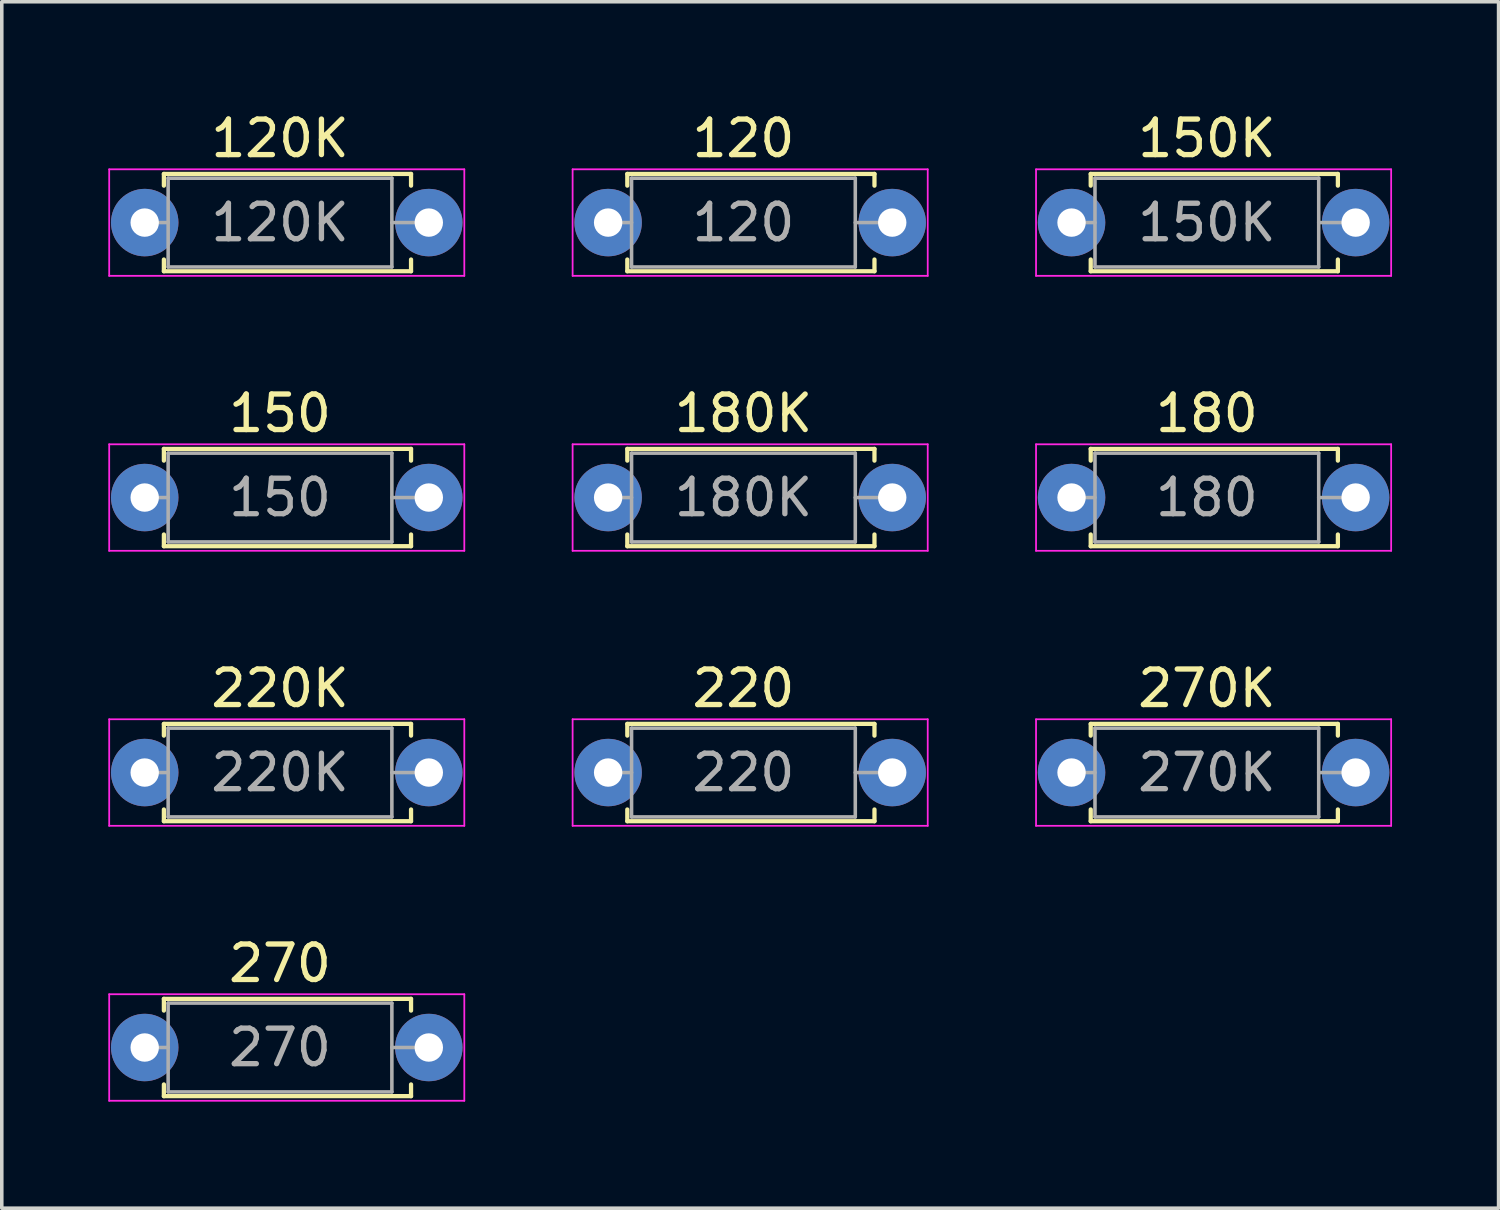
<source format=kicad_pcb>
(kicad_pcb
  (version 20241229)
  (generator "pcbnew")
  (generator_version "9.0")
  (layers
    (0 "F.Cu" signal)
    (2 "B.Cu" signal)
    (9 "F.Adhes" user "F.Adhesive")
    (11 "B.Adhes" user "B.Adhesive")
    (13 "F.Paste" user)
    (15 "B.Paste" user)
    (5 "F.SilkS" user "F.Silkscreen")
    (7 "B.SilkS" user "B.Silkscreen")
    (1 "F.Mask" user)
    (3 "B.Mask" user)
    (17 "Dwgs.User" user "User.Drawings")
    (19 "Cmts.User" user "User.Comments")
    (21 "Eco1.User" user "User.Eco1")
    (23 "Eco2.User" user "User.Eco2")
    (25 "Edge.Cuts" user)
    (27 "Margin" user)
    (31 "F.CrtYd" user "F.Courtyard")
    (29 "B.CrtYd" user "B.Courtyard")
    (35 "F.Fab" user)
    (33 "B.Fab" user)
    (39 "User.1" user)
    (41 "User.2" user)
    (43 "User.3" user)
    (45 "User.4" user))
  (footprint "180"
    (layer "F.Cu")
    (at 27.125 10.961)
    (property "Reference" "180" (at 3.81 -2.37 0) (layer "F.SilkS") (effects (font (size 1 1) (thickness 0.15))))
    (attr through_hole)
    (fp_line (start 0.54 -1.37) (end 7.5 -1.37) (stroke (width 0.12) (type solid)) (layer "F.SilkS"))
    (fp_line (start 0.54 -1.04) (end 0.54 -1.37) (stroke (width 0.12) (type solid)) (layer "F.SilkS"))
    (fp_line (start 0.54 1.04) (end 0.54 1.37) (stroke (width 0.12) (type solid)) (layer "F.SilkS"))
    (fp_line (start 0.54 1.37) (end 7.5 1.37) (stroke (width 0.12) (type solid)) (layer "F.SilkS"))
    (fp_line (start 7.5 -1.37) (end 7.5 -1.04) (stroke (width 0.12) (type solid)) (layer "F.SilkS"))
    (fp_line (start 7.5 1.37) (end 7.5 1.04) (stroke (width 0.12) (type solid)) (layer "F.SilkS"))
    (fp_line (start -1 -1.5) (end -1 1.5) (stroke (width 0.05) (type solid)) (layer "F.CrtYd"))
    (fp_line (start -1 1.5) (end 9 1.5) (stroke (width 0.05) (type solid)) (layer "F.CrtYd"))
    (fp_line (start 9 -1.5) (end -1 -1.5) (stroke (width 0.05) (type solid)) (layer "F.CrtYd"))
    (fp_line (start 9 1.5) (end 9 -1.5) (stroke (width 0.05) (type solid)) (layer "F.CrtYd"))
    (fp_line (start 0 0) (end 0.66 0) (stroke (width 0.1) (type solid)) (layer "F.Fab"))
    (fp_line (start 0.66 -1.25) (end 0.66 1.25) (stroke (width 0.1) (type solid)) (layer "F.Fab"))
    (fp_line (start 0.66 1.25) (end 6.96 1.25) (stroke (width 0.1) (type solid)) (layer "F.Fab"))
    (fp_line (start 6.96 -1.25) (end 0.66 -1.25) (stroke (width 0.1) (type solid)) (layer "F.Fab"))
    (fp_line (start 6.96 1.25) (end 6.96 -1.25) (stroke (width 0.1) (type solid)) (layer "F.Fab"))
    (fp_line (start 7.62 0) (end 6.96 0) (stroke (width 0.1) (type solid)) (layer "F.Fab"))
    (fp_text user "${REFERENCE}" (at 3.81 0 0) (layer "F.Fab") (effects (font (size 1 1) (thickness 0.15))))
    (pad "1" thru_hole circle (at 0 0) (size 1.9 1.9) (drill 0.8) (layers "*.Cu" "*.Mask"))
    (pad "2" thru_hole oval (at 8 0) (size 1.9 1.9) (drill 0.8) (layers "*.Cu" "*.Mask")))
  (footprint "120K"
    (layer "F.Cu")
    (at 1.025 3.218)
    (property "Reference" "120K" (at 3.81 -2.37 0) (layer "F.SilkS") (effects (font (size 1 1) (thickness 0.15))))
    (attr through_hole)
    (fp_line (start 0.54 -1.37) (end 7.5 -1.37) (stroke (width 0.12) (type solid)) (layer "F.SilkS"))
    (fp_line (start 0.54 -1.04) (end 0.54 -1.37) (stroke (width 0.12) (type solid)) (layer "F.SilkS"))
    (fp_line (start 0.54 1.04) (end 0.54 1.37) (stroke (width 0.12) (type solid)) (layer "F.SilkS"))
    (fp_line (start 0.54 1.37) (end 7.5 1.37) (stroke (width 0.12) (type solid)) (layer "F.SilkS"))
    (fp_line (start 7.5 -1.37) (end 7.5 -1.04) (stroke (width 0.12) (type solid)) (layer "F.SilkS"))
    (fp_line (start 7.5 1.37) (end 7.5 1.04) (stroke (width 0.12) (type solid)) (layer "F.SilkS"))
    (fp_line (start -1 -1.5) (end -1 1.5) (stroke (width 0.05) (type solid)) (layer "F.CrtYd"))
    (fp_line (start -1 1.5) (end 9 1.5) (stroke (width 0.05) (type solid)) (layer "F.CrtYd"))
    (fp_line (start 9 -1.5) (end -1 -1.5) (stroke (width 0.05) (type solid)) (layer "F.CrtYd"))
    (fp_line (start 9 1.5) (end 9 -1.5) (stroke (width 0.05) (type solid)) (layer "F.CrtYd"))
    (fp_line (start 0 0) (end 0.66 0) (stroke (width 0.1) (type solid)) (layer "F.Fab"))
    (fp_line (start 0.66 -1.25) (end 0.66 1.25) (stroke (width 0.1) (type solid)) (layer "F.Fab"))
    (fp_line (start 0.66 1.25) (end 6.96 1.25) (stroke (width 0.1) (type solid)) (layer "F.Fab"))
    (fp_line (start 6.96 -1.25) (end 0.66 -1.25) (stroke (width 0.1) (type solid)) (layer "F.Fab"))
    (fp_line (start 6.96 1.25) (end 6.96 -1.25) (stroke (width 0.1) (type solid)) (layer "F.Fab"))
    (fp_line (start 7.62 0) (end 6.96 0) (stroke (width 0.1) (type solid)) (layer "F.Fab"))
    (fp_text user "${REFERENCE}" (at 3.81 0 0) (layer "F.Fab") (effects (font (size 1 1) (thickness 0.15))))
    (pad "1" thru_hole circle (at 0 0) (size 1.9 1.9) (drill 0.8) (layers "*.Cu" "*.Mask"))
    (pad "2" thru_hole oval (at 8 0) (size 1.9 1.9) (drill 0.8) (layers "*.Cu" "*.Mask")))
  (footprint "150K"
    (layer "F.Cu")
    (at 27.125 3.218)
    (property "Reference" "150K" (at 3.81 -2.37 0) (layer "F.SilkS") (effects (font (size 1 1) (thickness 0.15))))
    (attr through_hole)
    (fp_line (start 0.54 -1.37) (end 7.5 -1.37) (stroke (width 0.12) (type solid)) (layer "F.SilkS"))
    (fp_line (start 0.54 -1.04) (end 0.54 -1.37) (stroke (width 0.12) (type solid)) (layer "F.SilkS"))
    (fp_line (start 0.54 1.04) (end 0.54 1.37) (stroke (width 0.12) (type solid)) (layer "F.SilkS"))
    (fp_line (start 0.54 1.37) (end 7.5 1.37) (stroke (width 0.12) (type solid)) (layer "F.SilkS"))
    (fp_line (start 7.5 -1.37) (end 7.5 -1.04) (stroke (width 0.12) (type solid)) (layer "F.SilkS"))
    (fp_line (start 7.5 1.37) (end 7.5 1.04) (stroke (width 0.12) (type solid)) (layer "F.SilkS"))
    (fp_line (start -1 -1.5) (end -1 1.5) (stroke (width 0.05) (type solid)) (layer "F.CrtYd"))
    (fp_line (start -1 1.5) (end 9 1.5) (stroke (width 0.05) (type solid)) (layer "F.CrtYd"))
    (fp_line (start 9 -1.5) (end -1 -1.5) (stroke (width 0.05) (type solid)) (layer "F.CrtYd"))
    (fp_line (start 9 1.5) (end 9 -1.5) (stroke (width 0.05) (type solid)) (layer "F.CrtYd"))
    (fp_line (start 0 0) (end 0.66 0) (stroke (width 0.1) (type solid)) (layer "F.Fab"))
    (fp_line (start 0.66 -1.25) (end 0.66 1.25) (stroke (width 0.1) (type solid)) (layer "F.Fab"))
    (fp_line (start 0.66 1.25) (end 6.96 1.25) (stroke (width 0.1) (type solid)) (layer "F.Fab"))
    (fp_line (start 6.96 -1.25) (end 0.66 -1.25) (stroke (width 0.1) (type solid)) (layer "F.Fab"))
    (fp_line (start 6.96 1.25) (end 6.96 -1.25) (stroke (width 0.1) (type solid)) (layer "F.Fab"))
    (fp_line (start 7.62 0) (end 6.96 0) (stroke (width 0.1) (type solid)) (layer "F.Fab"))
    (fp_text user "${REFERENCE}" (at 3.81 0 0) (layer "F.Fab") (effects (font (size 1 1) (thickness 0.15))))
    (pad "1" thru_hole circle (at 0 0) (size 1.9 1.9) (drill 0.8) (layers "*.Cu" "*.Mask"))
    (pad "2" thru_hole oval (at 8 0) (size 1.9 1.9) (drill 0.8) (layers "*.Cu" "*.Mask")))
  (footprint "220K"
    (layer "F.Cu")
    (at 1.025 18.705)
    (property "Reference" "220K" (at 3.81 -2.37 0) (layer "F.SilkS") (effects (font (size 1 1) (thickness 0.15))))
    (attr through_hole)
    (fp_line (start 0.54 -1.37) (end 7.5 -1.37) (stroke (width 0.12) (type solid)) (layer "F.SilkS"))
    (fp_line (start 0.54 -1.04) (end 0.54 -1.37) (stroke (width 0.12) (type solid)) (layer "F.SilkS"))
    (fp_line (start 0.54 1.04) (end 0.54 1.37) (stroke (width 0.12) (type solid)) (layer "F.SilkS"))
    (fp_line (start 0.54 1.37) (end 7.5 1.37) (stroke (width 0.12) (type solid)) (layer "F.SilkS"))
    (fp_line (start 7.5 -1.37) (end 7.5 -1.04) (stroke (width 0.12) (type solid)) (layer "F.SilkS"))
    (fp_line (start 7.5 1.37) (end 7.5 1.04) (stroke (width 0.12) (type solid)) (layer "F.SilkS"))
    (fp_line (start -1 -1.5) (end -1 1.5) (stroke (width 0.05) (type solid)) (layer "F.CrtYd"))
    (fp_line (start -1 1.5) (end 9 1.5) (stroke (width 0.05) (type solid)) (layer "F.CrtYd"))
    (fp_line (start 9 -1.5) (end -1 -1.5) (stroke (width 0.05) (type solid)) (layer "F.CrtYd"))
    (fp_line (start 9 1.5) (end 9 -1.5) (stroke (width 0.05) (type solid)) (layer "F.CrtYd"))
    (fp_line (start 0 0) (end 0.66 0) (stroke (width 0.1) (type solid)) (layer "F.Fab"))
    (fp_line (start 0.66 -1.25) (end 0.66 1.25) (stroke (width 0.1) (type solid)) (layer "F.Fab"))
    (fp_line (start 0.66 1.25) (end 6.96 1.25) (stroke (width 0.1) (type solid)) (layer "F.Fab"))
    (fp_line (start 6.96 -1.25) (end 0.66 -1.25) (stroke (width 0.1) (type solid)) (layer "F.Fab"))
    (fp_line (start 6.96 1.25) (end 6.96 -1.25) (stroke (width 0.1) (type solid)) (layer "F.Fab"))
    (fp_line (start 7.62 0) (end 6.96 0) (stroke (width 0.1) (type solid)) (layer "F.Fab"))
    (fp_text user "${REFERENCE}" (at 3.81 0 0) (layer "F.Fab") (effects (font (size 1 1) (thickness 0.15))))
    (pad "1" thru_hole circle (at 0 0) (size 1.9 1.9) (drill 0.8) (layers "*.Cu" "*.Mask"))
    (pad "2" thru_hole oval (at 8 0) (size 1.9 1.9) (drill 0.8) (layers "*.Cu" "*.Mask")))
  (footprint "150"
    (layer "F.Cu")
    (at 1.025 10.961)
    (property "Reference" "150" (at 3.81 -2.37 0) (layer "F.SilkS") (effects (font (size 1 1) (thickness 0.15))))
    (attr through_hole)
    (fp_line (start 0.54 -1.37) (end 7.5 -1.37) (stroke (width 0.12) (type solid)) (layer "F.SilkS"))
    (fp_line (start 0.54 -1.04) (end 0.54 -1.37) (stroke (width 0.12) (type solid)) (layer "F.SilkS"))
    (fp_line (start 0.54 1.04) (end 0.54 1.37) (stroke (width 0.12) (type solid)) (layer "F.SilkS"))
    (fp_line (start 0.54 1.37) (end 7.5 1.37) (stroke (width 0.12) (type solid)) (layer "F.SilkS"))
    (fp_line (start 7.5 -1.37) (end 7.5 -1.04) (stroke (width 0.12) (type solid)) (layer "F.SilkS"))
    (fp_line (start 7.5 1.37) (end 7.5 1.04) (stroke (width 0.12) (type solid)) (layer "F.SilkS"))
    (fp_line (start -1 -1.5) (end -1 1.5) (stroke (width 0.05) (type solid)) (layer "F.CrtYd"))
    (fp_line (start -1 1.5) (end 9 1.5) (stroke (width 0.05) (type solid)) (layer "F.CrtYd"))
    (fp_line (start 9 -1.5) (end -1 -1.5) (stroke (width 0.05) (type solid)) (layer "F.CrtYd"))
    (fp_line (start 9 1.5) (end 9 -1.5) (stroke (width 0.05) (type solid)) (layer "F.CrtYd"))
    (fp_line (start 0 0) (end 0.66 0) (stroke (width 0.1) (type solid)) (layer "F.Fab"))
    (fp_line (start 0.66 -1.25) (end 0.66 1.25) (stroke (width 0.1) (type solid)) (layer "F.Fab"))
    (fp_line (start 0.66 1.25) (end 6.96 1.25) (stroke (width 0.1) (type solid)) (layer "F.Fab"))
    (fp_line (start 6.96 -1.25) (end 0.66 -1.25) (stroke (width 0.1) (type solid)) (layer "F.Fab"))
    (fp_line (start 6.96 1.25) (end 6.96 -1.25) (stroke (width 0.1) (type solid)) (layer "F.Fab"))
    (fp_line (start 7.62 0) (end 6.96 0) (stroke (width 0.1) (type solid)) (layer "F.Fab"))
    (fp_text user "${REFERENCE}" (at 3.81 0 0) (layer "F.Fab") (effects (font (size 1 1) (thickness 0.15))))
    (pad "1" thru_hole circle (at 0 0) (size 1.9 1.9) (drill 0.8) (layers "*.Cu" "*.Mask"))
    (pad "2" thru_hole oval (at 8 0) (size 1.9 1.9) (drill 0.8) (layers "*.Cu" "*.Mask")))
  (footprint "180K"
    (layer "F.Cu")
    (at 14.075 10.961)
    (property "Reference" "180K" (at 3.81 -2.37 0) (layer "F.SilkS") (effects (font (size 1 1) (thickness 0.15))))
    (attr through_hole)
    (fp_line (start 0.54 -1.37) (end 7.5 -1.37) (stroke (width 0.12) (type solid)) (layer "F.SilkS"))
    (fp_line (start 0.54 -1.04) (end 0.54 -1.37) (stroke (width 0.12) (type solid)) (layer "F.SilkS"))
    (fp_line (start 0.54 1.04) (end 0.54 1.37) (stroke (width 0.12) (type solid)) (layer "F.SilkS"))
    (fp_line (start 0.54 1.37) (end 7.5 1.37) (stroke (width 0.12) (type solid)) (layer "F.SilkS"))
    (fp_line (start 7.5 -1.37) (end 7.5 -1.04) (stroke (width 0.12) (type solid)) (layer "F.SilkS"))
    (fp_line (start 7.5 1.37) (end 7.5 1.04) (stroke (width 0.12) (type solid)) (layer "F.SilkS"))
    (fp_line (start -1 -1.5) (end -1 1.5) (stroke (width 0.05) (type solid)) (layer "F.CrtYd"))
    (fp_line (start -1 1.5) (end 9 1.5) (stroke (width 0.05) (type solid)) (layer "F.CrtYd"))
    (fp_line (start 9 -1.5) (end -1 -1.5) (stroke (width 0.05) (type solid)) (layer "F.CrtYd"))
    (fp_line (start 9 1.5) (end 9 -1.5) (stroke (width 0.05) (type solid)) (layer "F.CrtYd"))
    (fp_line (start 0 0) (end 0.66 0) (stroke (width 0.1) (type solid)) (layer "F.Fab"))
    (fp_line (start 0.66 -1.25) (end 0.66 1.25) (stroke (width 0.1) (type solid)) (layer "F.Fab"))
    (fp_line (start 0.66 1.25) (end 6.96 1.25) (stroke (width 0.1) (type solid)) (layer "F.Fab"))
    (fp_line (start 6.96 -1.25) (end 0.66 -1.25) (stroke (width 0.1) (type solid)) (layer "F.Fab"))
    (fp_line (start 6.96 1.25) (end 6.96 -1.25) (stroke (width 0.1) (type solid)) (layer "F.Fab"))
    (fp_line (start 7.62 0) (end 6.96 0) (stroke (width 0.1) (type solid)) (layer "F.Fab"))
    (fp_text user "${REFERENCE}" (at 3.81 0 0) (layer "F.Fab") (effects (font (size 1 1) (thickness 0.15))))
    (pad "1" thru_hole circle (at 0 0) (size 1.9 1.9) (drill 0.8) (layers "*.Cu" "*.Mask"))
    (pad "2" thru_hole oval (at 8 0) (size 1.9 1.9) (drill 0.8) (layers "*.Cu" "*.Mask")))
  (footprint "220"
    (layer "F.Cu")
    (at 14.075 18.705)
    (property "Reference" "220" (at 3.81 -2.37 0) (layer "F.SilkS") (effects (font (size 1 1) (thickness 0.15))))
    (attr through_hole)
    (fp_line (start 0.54 -1.37) (end 7.5 -1.37) (stroke (width 0.12) (type solid)) (layer "F.SilkS"))
    (fp_line (start 0.54 -1.04) (end 0.54 -1.37) (stroke (width 0.12) (type solid)) (layer "F.SilkS"))
    (fp_line (start 0.54 1.04) (end 0.54 1.37) (stroke (width 0.12) (type solid)) (layer "F.SilkS"))
    (fp_line (start 0.54 1.37) (end 7.5 1.37) (stroke (width 0.12) (type solid)) (layer "F.SilkS"))
    (fp_line (start 7.5 -1.37) (end 7.5 -1.04) (stroke (width 0.12) (type solid)) (layer "F.SilkS"))
    (fp_line (start 7.5 1.37) (end 7.5 1.04) (stroke (width 0.12) (type solid)) (layer "F.SilkS"))
    (fp_line (start -1 -1.5) (end -1 1.5) (stroke (width 0.05) (type solid)) (layer "F.CrtYd"))
    (fp_line (start -1 1.5) (end 9 1.5) (stroke (width 0.05) (type solid)) (layer "F.CrtYd"))
    (fp_line (start 9 -1.5) (end -1 -1.5) (stroke (width 0.05) (type solid)) (layer "F.CrtYd"))
    (fp_line (start 9 1.5) (end 9 -1.5) (stroke (width 0.05) (type solid)) (layer "F.CrtYd"))
    (fp_line (start 0 0) (end 0.66 0) (stroke (width 0.1) (type solid)) (layer "F.Fab"))
    (fp_line (start 0.66 -1.25) (end 0.66 1.25) (stroke (width 0.1) (type solid)) (layer "F.Fab"))
    (fp_line (start 0.66 1.25) (end 6.96 1.25) (stroke (width 0.1) (type solid)) (layer "F.Fab"))
    (fp_line (start 6.96 -1.25) (end 0.66 -1.25) (stroke (width 0.1) (type solid)) (layer "F.Fab"))
    (fp_line (start 6.96 1.25) (end 6.96 -1.25) (stroke (width 0.1) (type solid)) (layer "F.Fab"))
    (fp_line (start 7.62 0) (end 6.96 0) (stroke (width 0.1) (type solid)) (layer "F.Fab"))
    (fp_text user "${REFERENCE}" (at 3.81 0 0) (layer "F.Fab") (effects (font (size 1 1) (thickness 0.15))))
    (pad "1" thru_hole circle (at 0 0) (size 1.9 1.9) (drill 0.8) (layers "*.Cu" "*.Mask"))
    (pad "2" thru_hole oval (at 8 0) (size 1.9 1.9) (drill 0.8) (layers "*.Cu" "*.Mask")))
  (footprint "120"
    (layer "F.Cu")
    (at 14.075 3.218)
    (property "Reference" "120" (at 3.81 -2.37 0) (layer "F.SilkS") (effects (font (size 1 1) (thickness 0.15))))
    (attr through_hole)
    (fp_line (start 0.54 -1.37) (end 7.5 -1.37) (stroke (width 0.12) (type solid)) (layer "F.SilkS"))
    (fp_line (start 0.54 -1.04) (end 0.54 -1.37) (stroke (width 0.12) (type solid)) (layer "F.SilkS"))
    (fp_line (start 0.54 1.04) (end 0.54 1.37) (stroke (width 0.12) (type solid)) (layer "F.SilkS"))
    (fp_line (start 0.54 1.37) (end 7.5 1.37) (stroke (width 0.12) (type solid)) (layer "F.SilkS"))
    (fp_line (start 7.5 -1.37) (end 7.5 -1.04) (stroke (width 0.12) (type solid)) (layer "F.SilkS"))
    (fp_line (start 7.5 1.37) (end 7.5 1.04) (stroke (width 0.12) (type solid)) (layer "F.SilkS"))
    (fp_line (start -1 -1.5) (end -1 1.5) (stroke (width 0.05) (type solid)) (layer "F.CrtYd"))
    (fp_line (start -1 1.5) (end 9 1.5) (stroke (width 0.05) (type solid)) (layer "F.CrtYd"))
    (fp_line (start 9 -1.5) (end -1 -1.5) (stroke (width 0.05) (type solid)) (layer "F.CrtYd"))
    (fp_line (start 9 1.5) (end 9 -1.5) (stroke (width 0.05) (type solid)) (layer "F.CrtYd"))
    (fp_line (start 0 0) (end 0.66 0) (stroke (width 0.1) (type solid)) (layer "F.Fab"))
    (fp_line (start 0.66 -1.25) (end 0.66 1.25) (stroke (width 0.1) (type solid)) (layer "F.Fab"))
    (fp_line (start 0.66 1.25) (end 6.96 1.25) (stroke (width 0.1) (type solid)) (layer "F.Fab"))
    (fp_line (start 6.96 -1.25) (end 0.66 -1.25) (stroke (width 0.1) (type solid)) (layer "F.Fab"))
    (fp_line (start 6.96 1.25) (end 6.96 -1.25) (stroke (width 0.1) (type solid)) (layer "F.Fab"))
    (fp_line (start 7.62 0) (end 6.96 0) (stroke (width 0.1) (type solid)) (layer "F.Fab"))
    (fp_text user "${REFERENCE}" (at 3.81 0 0) (layer "F.Fab") (effects (font (size 1 1) (thickness 0.15))))
    (pad "1" thru_hole circle (at 0 0) (size 1.9 1.9) (drill 0.8) (layers "*.Cu" "*.Mask"))
    (pad "2" thru_hole oval (at 8 0) (size 1.9 1.9) (drill 0.8) (layers "*.Cu" "*.Mask")))
  (footprint "270K"
    (layer "F.Cu")
    (at 27.125 18.705)
    (property "Reference" "270K" (at 3.81 -2.37 0) (layer "F.SilkS") (effects (font (size 1 1) (thickness 0.15))))
    (attr through_hole)
    (fp_line (start 0.54 -1.37) (end 7.5 -1.37) (stroke (width 0.12) (type solid)) (layer "F.SilkS"))
    (fp_line (start 0.54 -1.04) (end 0.54 -1.37) (stroke (width 0.12) (type solid)) (layer "F.SilkS"))
    (fp_line (start 0.54 1.04) (end 0.54 1.37) (stroke (width 0.12) (type solid)) (layer "F.SilkS"))
    (fp_line (start 0.54 1.37) (end 7.5 1.37) (stroke (width 0.12) (type solid)) (layer "F.SilkS"))
    (fp_line (start 7.5 -1.37) (end 7.5 -1.04) (stroke (width 0.12) (type solid)) (layer "F.SilkS"))
    (fp_line (start 7.5 1.37) (end 7.5 1.04) (stroke (width 0.12) (type solid)) (layer "F.SilkS"))
    (fp_line (start -1 -1.5) (end -1 1.5) (stroke (width 0.05) (type solid)) (layer "F.CrtYd"))
    (fp_line (start -1 1.5) (end 9 1.5) (stroke (width 0.05) (type solid)) (layer "F.CrtYd"))
    (fp_line (start 9 -1.5) (end -1 -1.5) (stroke (width 0.05) (type solid)) (layer "F.CrtYd"))
    (fp_line (start 9 1.5) (end 9 -1.5) (stroke (width 0.05) (type solid)) (layer "F.CrtYd"))
    (fp_line (start 0 0) (end 0.66 0) (stroke (width 0.1) (type solid)) (layer "F.Fab"))
    (fp_line (start 0.66 -1.25) (end 0.66 1.25) (stroke (width 0.1) (type solid)) (layer "F.Fab"))
    (fp_line (start 0.66 1.25) (end 6.96 1.25) (stroke (width 0.1) (type solid)) (layer "F.Fab"))
    (fp_line (start 6.96 -1.25) (end 0.66 -1.25) (stroke (width 0.1) (type solid)) (layer "F.Fab"))
    (fp_line (start 6.96 1.25) (end 6.96 -1.25) (stroke (width 0.1) (type solid)) (layer "F.Fab"))
    (fp_line (start 7.62 0) (end 6.96 0) (stroke (width 0.1) (type solid)) (layer "F.Fab"))
    (fp_text user "${REFERENCE}" (at 3.81 0 0) (layer "F.Fab") (effects (font (size 1 1) (thickness 0.15))))
    (pad "1" thru_hole circle (at 0 0) (size 1.9 1.9) (drill 0.8) (layers "*.Cu" "*.Mask"))
    (pad "2" thru_hole oval (at 8 0) (size 1.9 1.9) (drill 0.8) (layers "*.Cu" "*.Mask")))
  (footprint "270"
    (layer "F.Cu")
    (at 1.025 26.448)
    (property "Reference" "270" (at 3.81 -2.37 0) (layer "F.SilkS") (effects (font (size 1 1) (thickness 0.15))))
    (attr through_hole)
    (fp_line (start 0.54 -1.37) (end 7.5 -1.37) (stroke (width 0.12) (type solid)) (layer "F.SilkS"))
    (fp_line (start 0.54 -1.04) (end 0.54 -1.37) (stroke (width 0.12) (type solid)) (layer "F.SilkS"))
    (fp_line (start 0.54 1.04) (end 0.54 1.37) (stroke (width 0.12) (type solid)) (layer "F.SilkS"))
    (fp_line (start 0.54 1.37) (end 7.5 1.37) (stroke (width 0.12) (type solid)) (layer "F.SilkS"))
    (fp_line (start 7.5 -1.37) (end 7.5 -1.04) (stroke (width 0.12) (type solid)) (layer "F.SilkS"))
    (fp_line (start 7.5 1.37) (end 7.5 1.04) (stroke (width 0.12) (type solid)) (layer "F.SilkS"))
    (fp_line (start -1 -1.5) (end -1 1.5) (stroke (width 0.05) (type solid)) (layer "F.CrtYd"))
    (fp_line (start -1 1.5) (end 9 1.5) (stroke (width 0.05) (type solid)) (layer "F.CrtYd"))
    (fp_line (start 9 -1.5) (end -1 -1.5) (stroke (width 0.05) (type solid)) (layer "F.CrtYd"))
    (fp_line (start 9 1.5) (end 9 -1.5) (stroke (width 0.05) (type solid)) (layer "F.CrtYd"))
    (fp_line (start 0 0) (end 0.66 0) (stroke (width 0.1) (type solid)) (layer "F.Fab"))
    (fp_line (start 0.66 -1.25) (end 0.66 1.25) (stroke (width 0.1) (type solid)) (layer "F.Fab"))
    (fp_line (start 0.66 1.25) (end 6.96 1.25) (stroke (width 0.1) (type solid)) (layer "F.Fab"))
    (fp_line (start 6.96 -1.25) (end 0.66 -1.25) (stroke (width 0.1) (type solid)) (layer "F.Fab"))
    (fp_line (start 6.96 1.25) (end 6.96 -1.25) (stroke (width 0.1) (type solid)) (layer "F.Fab"))
    (fp_line (start 7.62 0) (end 6.96 0) (stroke (width 0.1) (type solid)) (layer "F.Fab"))
    (fp_text user "${REFERENCE}" (at 3.81 0 0) (layer "F.Fab") (effects (font (size 1 1) (thickness 0.15))))
    (pad "1" thru_hole circle (at 0 0) (size 1.9 1.9) (drill 0.8) (layers "*.Cu" "*.Mask"))
    (pad "2" thru_hole oval (at 8 0) (size 1.9 1.9) (drill 0.8) (layers "*.Cu" "*.Mask")))
  (gr_rect
    (start -3 -3)
    (end 39.15 30.973)
    (stroke (width 0.1) (type default))
    (fill no)
    (layer "Edge.Cuts")))
</source>
